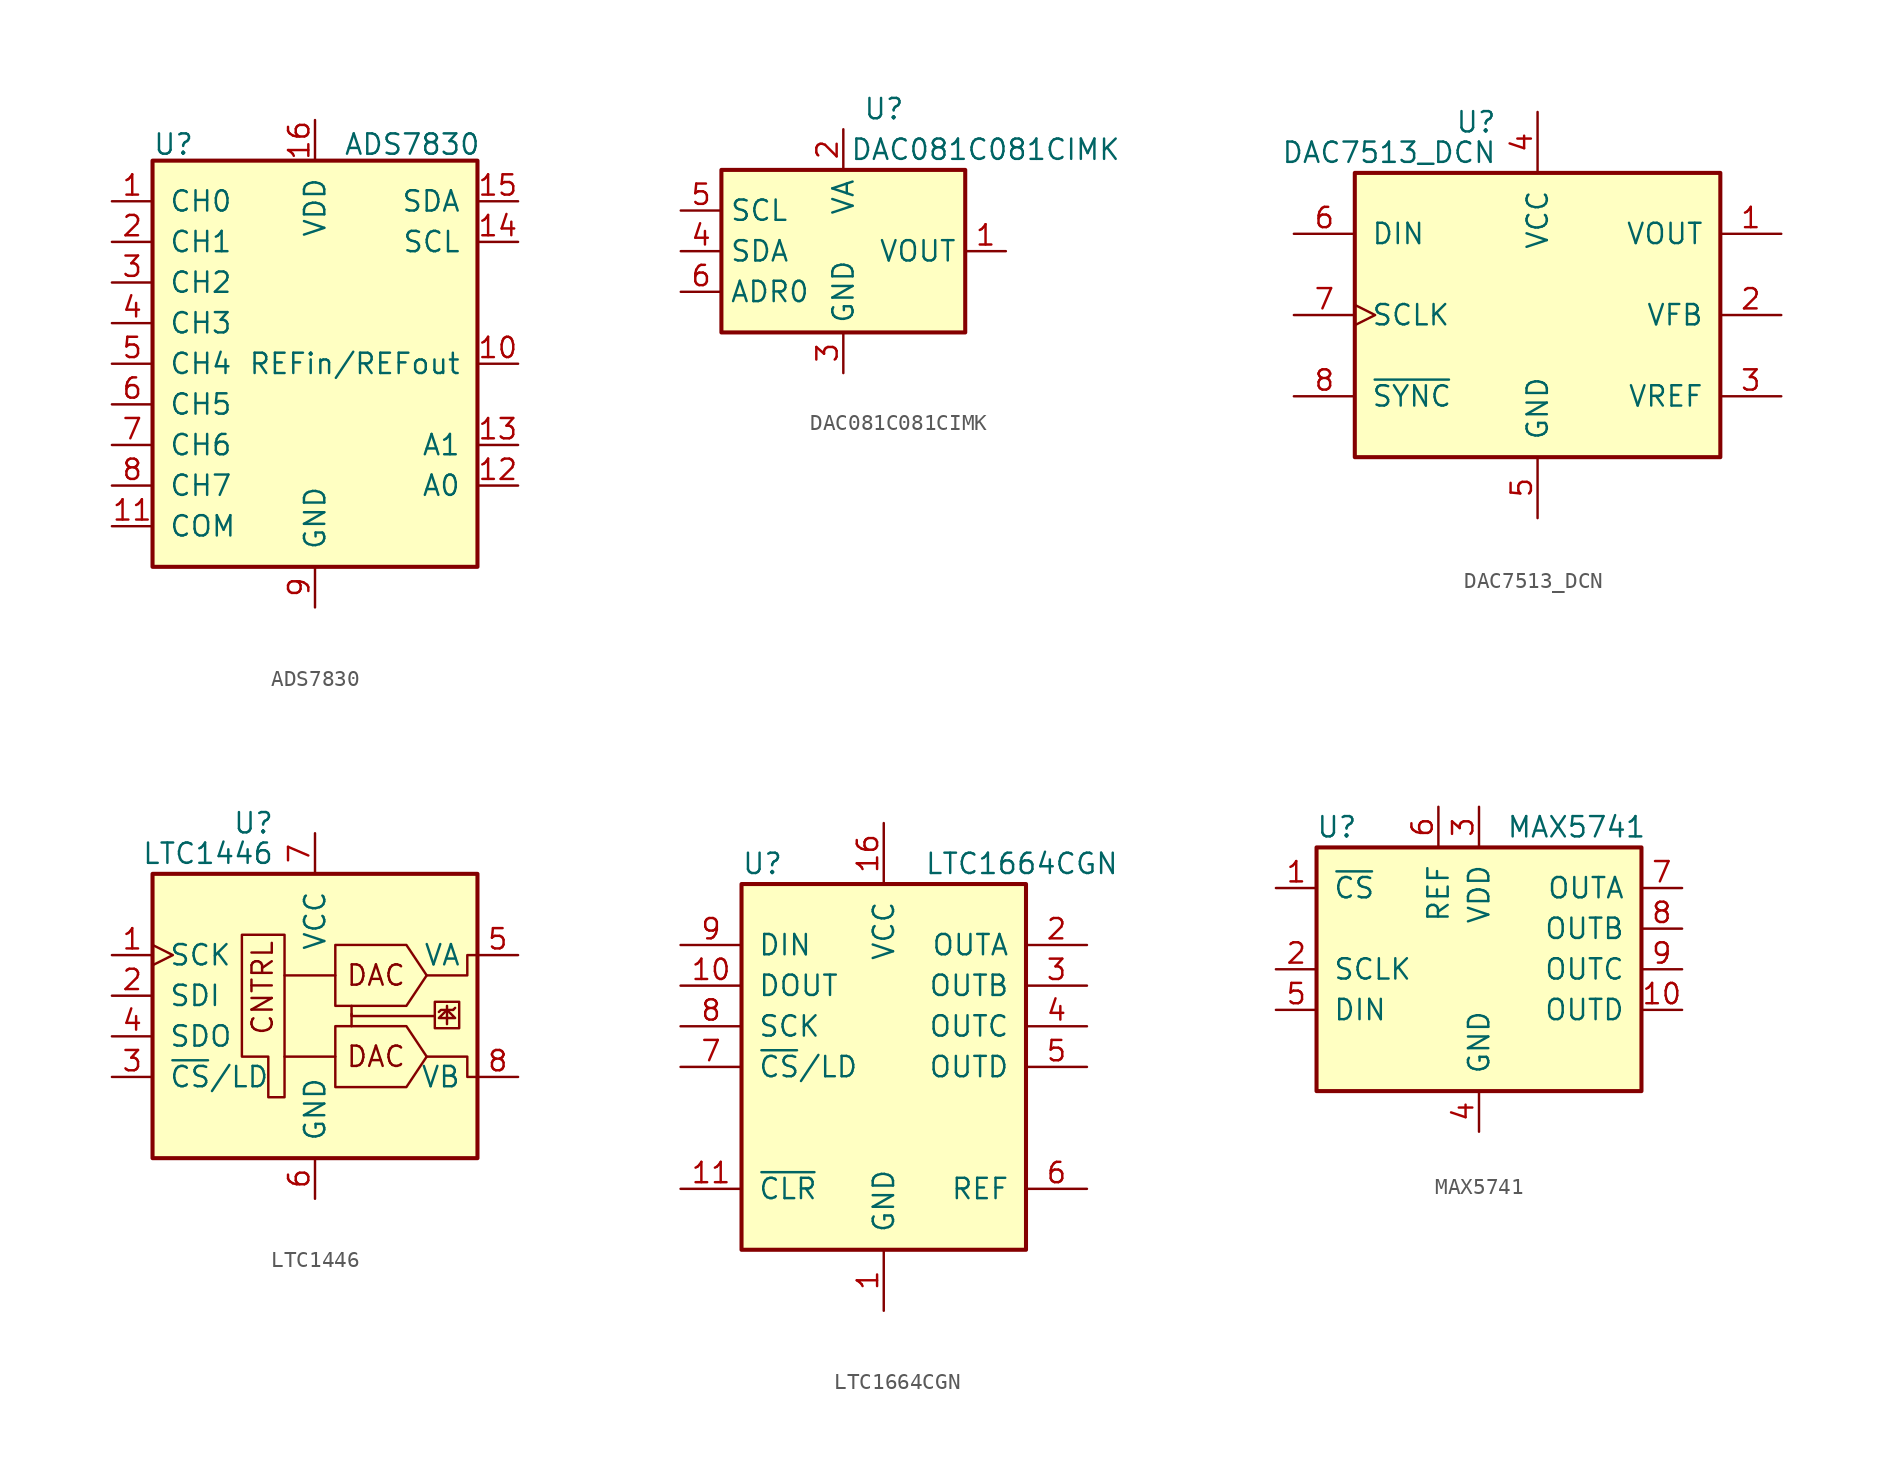
<source format=kicad_sym>
(kicad_symbol_lib
  (version 20201005)
  (generator kicad_symbol_editor)
  (symbol "ADS7830"
    (pin_names
      (offset 1.016))
    (property "Reference" "U"
      (at -10.16 13.716 0)
      (effects (font (size 1.27 1.27)) (justify left)))
    (property "Value" "ADS7830"
      (at 1.778 13.716 0)
      (effects (font (size 1.27 1.27)) (justify left)))
    (symbol "ADS7830_0_1"
      (rectangle (start -10.16 12.7) (end 10.16 -12.7) (stroke (width 0.254)) (fill (type background))))
    (symbol "ADS7830_1_1"
      (pin input line (at -12.7 10.16 0) (length 2.54) (name "CH0" (effects (font (size 1.27 1.27)))) (number "1" (effects (font (size 1.27 1.27)))))
      (pin bidirectional line (at 12.7 0 180) (length 2.54) (name "REFin/REFout" (effects (font (size 1.27 1.27)))) (number "10" (effects (font (size 1.27 1.27)))))
      (pin input line (at -12.7 -10.16 0) (length 2.54) (name "COM" (effects (font (size 1.27 1.27)))) (number "11" (effects (font (size 1.27 1.27)))))
      (pin input line (at 12.7 -7.62 180) (length 2.54) (name "A0" (effects (font (size 1.27 1.27)))) (number "12" (effects (font (size 1.27 1.27)))))
      (pin input line (at 12.7 -5.08 180) (length 2.54) (name "A1" (effects (font (size 1.27 1.27)))) (number "13" (effects (font (size 1.27 1.27)))))
      (pin input line (at 12.7 7.62 180) (length 2.54) (name "SCL" (effects (font (size 1.27 1.27)))) (number "14" (effects (font (size 1.27 1.27)))))
      (pin bidirectional line (at 12.7 10.16 180) (length 2.54) (name "SDA" (effects (font (size 1.27 1.27)))) (number "15" (effects (font (size 1.27 1.27)))))
      (pin power_in line (at 0 15.24 270) (length 2.54) (name "VDD" (effects (font (size 1.27 1.27)))) (number "16" (effects (font (size 1.27 1.27)))))
      (pin input line (at -12.7 7.62 0) (length 2.54) (name "CH1" (effects (font (size 1.27 1.27)))) (number "2" (effects (font (size 1.27 1.27)))))
      (pin input line (at -12.7 5.08 0) (length 2.54) (name "CH2" (effects (font (size 1.27 1.27)))) (number "3" (effects (font (size 1.27 1.27)))))
      (pin input line (at -12.7 2.54 0) (length 2.54) (name "CH3" (effects (font (size 1.27 1.27)))) (number "4" (effects (font (size 1.27 1.27)))))
      (pin input line (at -12.7 0 0) (length 2.54) (name "CH4" (effects (font (size 1.27 1.27)))) (number "5" (effects (font (size 1.27 1.27)))))
      (pin input line (at -12.7 -2.54 0) (length 2.54) (name "CH5" (effects (font (size 1.27 1.27)))) (number "6" (effects (font (size 1.27 1.27)))))
      (pin input line (at -12.7 -5.08 0) (length 2.54) (name "CH6" (effects (font (size 1.27 1.27)))) (number "7" (effects (font (size 1.27 1.27)))))
      (pin input line (at -12.7 -7.62 0) (length 2.54) (name "CH7" (effects (font (size 1.27 1.27)))) (number "8" (effects (font (size 1.27 1.27)))))
      (pin power_in line (at 0 -15.24 90) (length 2.54) (name "GND" (effects (font (size 1.27 1.27)))) (number "9" (effects (font (size 1.27 1.27)))))))
  (symbol "DAC081C081CIMK"
    (property "Reference" "U"
      (at 2.54 8.89 0)
      (effects (font (size 1.27 1.27))))
    (property "Value" "DAC081C081CIMK"
      (at 8.89 6.35 0)
      (effects (font (size 1.27 1.27))))
    (symbol "DAC081C081CIMK_0_1"
      (rectangle (start -7.62 -5.08) (end 7.62 5.08) (stroke (width 0.254)) (fill (type background))))
    (symbol "DAC081C081CIMK_1_1"
      (pin output line (at 10.16 0 180) (length 2.54) (name "VOUT" (effects (font (size 1.27 1.27)))) (number "1" (effects (font (size 1.27 1.27)))))
      (pin power_in line (at 0 7.62 270) (length 2.54) (name "VA" (effects (font (size 1.27 1.27)))) (number "2" (effects (font (size 1.27 1.27)))))
      (pin power_in line (at 0 -7.62 90) (length 2.54) (name "GND" (effects (font (size 1.27 1.27)))) (number "3" (effects (font (size 1.27 1.27)))))
      (pin bidirectional line (at -10.16 0 0) (length 2.54) (name "SDA" (effects (font (size 1.27 1.27)))) (number "4" (effects (font (size 1.27 1.27)))))
      (pin input line (at -10.16 2.54 0) (length 2.54) (name "SCL" (effects (font (size 1.27 1.27)))) (number "5" (effects (font (size 1.27 1.27)))))
      (pin input line (at -10.16 -2.54 0) (length 2.54) (name "ADR0" (effects (font (size 1.27 1.27)))) (number "6" (effects (font (size 1.27 1.27)))))))
  (symbol "DAC7513_DCN"
    (pin_names
      (offset 1.016))
    (property "Reference" "U"
      (at -2.54 12.065 0)
      (effects (font (size 1.27 1.27)) (justify right)))
    (property "Value" "DAC7513_DCN"
      (at -2.54 10.16 0)
      (effects (font (size 1.27 1.27)) (justify right)))
    (symbol "DAC7513_DCN_0_1"
      (rectangle (start -11.43 8.89) (end 11.43 -8.89) (stroke (width 0.254)) (fill (type background))))
    (symbol "DAC7513_DCN_1_1"
      (pin output line (at 15.24 5.08 180) (length 3.81) (name "VOUT" (effects (font (size 1.27 1.27)))) (number "1" (effects (font (size 1.27 1.27)))))
      (pin input line (at 15.24 0 180) (length 3.81) (name "VFB" (effects (font (size 1.27 1.27)))) (number "2" (effects (font (size 1.27 1.27)))))
      (pin input line (at 15.24 -5.08 180) (length 3.81) (name "VREF" (effects (font (size 1.27 1.27)))) (number "3" (effects (font (size 1.27 1.27)))))
      (pin power_in line (at 0 12.7 270) (length 3.81) (name "VCC" (effects (font (size 1.27 1.27)))) (number "4" (effects (font (size 1.27 1.27)))))
      (pin power_in line (at 0 -12.7 90) (length 3.81) (name "GND" (effects (font (size 1.27 1.27)))) (number "5" (effects (font (size 1.27 1.27)))))
      (pin input line (at -15.24 5.08 0) (length 3.81) (name "DIN" (effects (font (size 1.27 1.27)))) (number "6" (effects (font (size 1.27 1.27)))))
      (pin input clock (at -15.24 0 0) (length 3.81) (name "SCLK" (effects (font (size 1.27 1.27)))) (number "7" (effects (font (size 1.27 1.27)))))
      (pin input line (at -15.24 -5.08 0) (length 3.81) (name "~SYNC" (effects (font (size 1.27 1.27)))) (number "8" (effects (font (size 1.27 1.27)))))))
  (symbol "LTC1446"
    (pin_names
      (offset 1.016))
    (property "Reference" "U"
      (at -2.54 10.795 0)
      (effects (font (size 1.27 1.27)) (justify right)))
    (property "Value" "LTC1446"
      (at -2.54 8.89 0)
      (effects (font (size 1.27 1.27)) (justify right)))
    (symbol "LTC1446_0_0"
      (text "CNTRL" (at -2.54 -2.54 900) (effects (font (size 1.27 1.27)) (justify left bottom)))
      (text "DAC" (at 3.81 -3.81 0) (effects (font (size 1.27 1.27))))
      (text "DAC" (at 3.81 1.27 0) (effects (font (size 1.27 1.27))))
      (rectangle (start 9.017 -0.381) (end 7.493 -2.032) (stroke (width 0)) (fill (type none)))
      (polyline (pts (xy 2.286 -1.143) (xy 2.286 -1.905)) (stroke (width 0)) (fill (type none)))
      (polyline (pts (xy 8.255 -1.778) (xy 8.255 -0.635)) (stroke (width 0)) (fill (type none)))
      (polyline (pts (xy 8.636 -0.889) (xy 8.763 -0.762)) (stroke (width 0)) (fill (type none)))
      (polyline (pts (xy 7.493 -1.27) (xy 2.286 -1.27) (xy 2.286 -0.635)) (stroke (width 0)) (fill (type none)))
      (polyline (pts (xy 8.636 -0.889) (xy 7.874 -0.889) (xy 7.747 -1.016)) (stroke (width 0)) (fill (type none)))
      (polyline (pts (xy 6.985 -3.81) (xy 9.525 -3.81) (xy 9.525 -5.08) (xy 10.16 -5.08)) (stroke (width 0)) (fill (type none)))
      (polyline (pts (xy 6.985 1.27) (xy 9.525 1.27) (xy 9.525 2.54) (xy 10.16 2.54)) (stroke (width 0)) (fill (type none)))
      (polyline (pts (xy 8.255 -0.889) (xy 8.763 -1.397) (xy 7.747 -1.397) (xy 8.255 -0.889)) (stroke (width 0)) (fill (type none))))
    (symbol "LTC1446_0_1"
      (rectangle (start -10.16 7.62) (end 10.16 -10.16) (stroke (width 0.254)) (fill (type background)))
      (polyline (pts (xy 1.27 -3.81) (xy -1.905 -3.81)) (stroke (width 0)) (fill (type none)))
      (polyline (pts (xy 1.27 1.27) (xy -1.905 1.27)) (stroke (width 0)) (fill (type none)))
      (polyline (pts (xy 6.985 -3.81) (xy 5.715 -1.905) (xy 1.27 -1.905) (xy 1.27 -5.715) (xy 5.715 -5.715) (xy 6.985 -3.81)) (stroke (width 0)) (fill (type none)))
      (polyline (pts (xy 6.985 1.27) (xy 5.715 3.175) (xy 1.27 3.175) (xy 1.27 -0.635) (xy 5.715 -0.635) (xy 6.985 1.27)) (stroke (width 0)) (fill (type none)))
      (polyline (pts (xy -1.905 3.81) (xy -4.572 3.81) (xy -4.572 -3.81) (xy -2.921 -3.81) (xy -2.921 -6.35) (xy -1.905 -6.35) (xy -1.905 3.81)) (stroke (width 0)) (fill (type none))))
    (symbol "LTC1446_1_1"
      (pin input clock (at -12.7 2.54 0) (length 2.54) (name "SCK" (effects (font (size 1.27 1.27)))) (number "1" (effects (font (size 1.27 1.27)))))
      (pin input line (at -12.7 0 0) (length 2.54) (name "SDI" (effects (font (size 1.27 1.27)))) (number "2" (effects (font (size 1.27 1.27)))))
      (pin input line (at -12.7 -5.08 0) (length 2.54) (name "~CS~/LD" (effects (font (size 1.27 1.27)))) (number "3" (effects (font (size 1.27 1.27)))))
      (pin output line (at -12.7 -2.54 0) (length 2.54) (name "SDO" (effects (font (size 1.27 1.27)))) (number "4" (effects (font (size 1.27 1.27)))))
      (pin output line (at 12.7 2.54 180) (length 2.54) (name "VA" (effects (font (size 1.27 1.27)))) (number "5" (effects (font (size 1.27 1.27)))))
      (pin power_in line (at 0 -12.7 90) (length 2.54) (name "GND" (effects (font (size 1.27 1.27)))) (number "6" (effects (font (size 1.27 1.27)))))
      (pin power_in line (at 0 10.16 270) (length 2.54) (name "VCC" (effects (font (size 1.27 1.27)))) (number "7" (effects (font (size 1.27 1.27)))))
      (pin output line (at 12.7 -5.08 180) (length 2.54) (name "VB" (effects (font (size 1.27 1.27)))) (number "8" (effects (font (size 1.27 1.27)))))))
  (symbol "LTC1664CGN"
    (pin_names
      (offset 1.016))
    (property "Reference" "U"
      (at -8.89 12.7 0)
      (effects (font (size 1.27 1.27)) (justify left)))
    (property "Value" "LTC1664CGN"
      (at 2.54 12.7 0)
      (effects (font (size 1.27 1.27)) (justify left)))
    (symbol "LTC1664CGN_0_1"
      (rectangle (start -8.89 11.43) (end 8.89 -11.43) (stroke (width 0.254)) (fill (type background))))
    (symbol "LTC1664CGN_1_1"
      (pin power_in line (at 0 -15.24 90) (length 3.81) (name "GND" (effects (font (size 1.27 1.27)))) (number "1" (effects (font (size 1.27 1.27)))))
      (pin output line (at -12.7 5.08 0) (length 3.81) (name "DOUT" (effects (font (size 1.27 1.27)))) (number "10" (effects (font (size 1.27 1.27)))))
      (pin input line (at -12.7 -7.62 0) (length 3.81) (name "~CLR" (effects (font (size 1.27 1.27)))) (number "11" (effects (font (size 1.27 1.27)))))
      (pin no_connect line (at -5.08 -15.24 90) (length 3.81) hide (name "NC" (effects (font (size 1.27 1.27)))) (number "12" (effects (font (size 1.27 1.27)))))
      (pin no_connect line (at -2.54 -15.24 90) (length 3.81) hide (name "NC" (effects (font (size 1.27 1.27)))) (number "13" (effects (font (size 1.27 1.27)))))
      (pin no_connect line (at 2.54 -15.24 90) (length 3.81) hide (name "NC" (effects (font (size 1.27 1.27)))) (number "14" (effects (font (size 1.27 1.27)))))
      (pin no_connect line (at 5.08 -15.24 90) (length 3.81) hide (name "NC" (effects (font (size 1.27 1.27)))) (number "15" (effects (font (size 1.27 1.27)))))
      (pin power_in line (at 0 15.24 270) (length 3.81) (name "VCC" (effects (font (size 1.27 1.27)))) (number "16" (effects (font (size 1.27 1.27)))))
      (pin output line (at 12.7 7.62 180) (length 3.81) (name "OUTA" (effects (font (size 1.27 1.27)))) (number "2" (effects (font (size 1.27 1.27)))))
      (pin output line (at 12.7 5.08 180) (length 3.81) (name "OUTB" (effects (font (size 1.27 1.27)))) (number "3" (effects (font (size 1.27 1.27)))))
      (pin output line (at 12.7 2.54 180) (length 3.81) (name "OUTC" (effects (font (size 1.27 1.27)))) (number "4" (effects (font (size 1.27 1.27)))))
      (pin output line (at 12.7 0 180) (length 3.81) (name "OUTD" (effects (font (size 1.27 1.27)))) (number "5" (effects (font (size 1.27 1.27)))))
      (pin input line (at 12.7 -7.62 180) (length 3.81) (name "REF" (effects (font (size 1.27 1.27)))) (number "6" (effects (font (size 1.27 1.27)))))
      (pin input line (at -12.7 0 0) (length 3.81) (name "~CS~/LD" (effects (font (size 1.27 1.27)))) (number "7" (effects (font (size 1.27 1.27)))))
      (pin input line (at -12.7 2.54 0) (length 3.81) (name "SCK" (effects (font (size 1.27 1.27)))) (number "8" (effects (font (size 1.27 1.27)))))
      (pin input line (at -12.7 7.62 0) (length 3.81) (name "DIN" (effects (font (size 1.27 1.27)))) (number "9" (effects (font (size 1.27 1.27)))))))
  (symbol "MAX5741"
    (pin_names
      (offset 1.016))
    (property "Reference" "U"
      (at -8.89 8.89 0)
      (effects (font (size 1.27 1.27))))
    (property "Value" "MAX5741"
      (at 6.096 8.89 0)
      (effects (font (size 1.27 1.27))))
    (symbol "MAX5741_1_1"
      (rectangle (start -10.16 7.62) (end 10.16 -7.62) (stroke (width 0.254)) (fill (type background)))
      (pin input line (at -12.7 5.08 0) (length 2.54) (name "~CS~" (effects (font (size 1.27 1.27)))) (number "1" (effects (font (size 1.27 1.27)))))
      (pin output line (at 12.7 -2.54 180) (length 2.54) (name "OUTD" (effects (font (size 1.27 1.27)))) (number "10" (effects (font (size 1.27 1.27)))))
      (pin input line (at -12.7 0 0) (length 2.54) (name "SCLK" (effects (font (size 1.27 1.27)))) (number "2" (effects (font (size 1.27 1.27)))))
      (pin power_in line (at 0 10.16 270) (length 2.54) (name "VDD" (effects (font (size 1.27 1.27)))) (number "3" (effects (font (size 1.27 1.27)))))
      (pin power_in line (at 0 -10.16 90) (length 2.54) (name "GND" (effects (font (size 1.27 1.27)))) (number "4" (effects (font (size 1.27 1.27)))))
      (pin input line (at -12.7 -2.54 0) (length 2.54) (name "DIN" (effects (font (size 1.27 1.27)))) (number "5" (effects (font (size 1.27 1.27)))))
      (pin power_in line (at -2.54 10.16 270) (length 2.54) (name "REF" (effects (font (size 1.27 1.27)))) (number "6" (effects (font (size 1.27 1.27)))))
      (pin output line (at 12.7 5.08 180) (length 2.54) (name "OUTA" (effects (font (size 1.27 1.27)))) (number "7" (effects (font (size 1.27 1.27)))))
      (pin output line (at 12.7 2.54 180) (length 2.54) (name "OUTB" (effects (font (size 1.27 1.27)))) (number "8" (effects (font (size 1.27 1.27)))))
      (pin output line (at 12.7 0 180) (length 2.54) (name "OUTC" (effects (font (size 1.27 1.27)))) (number "9" (effects (font (size 1.27 1.27))))))))
</source>
